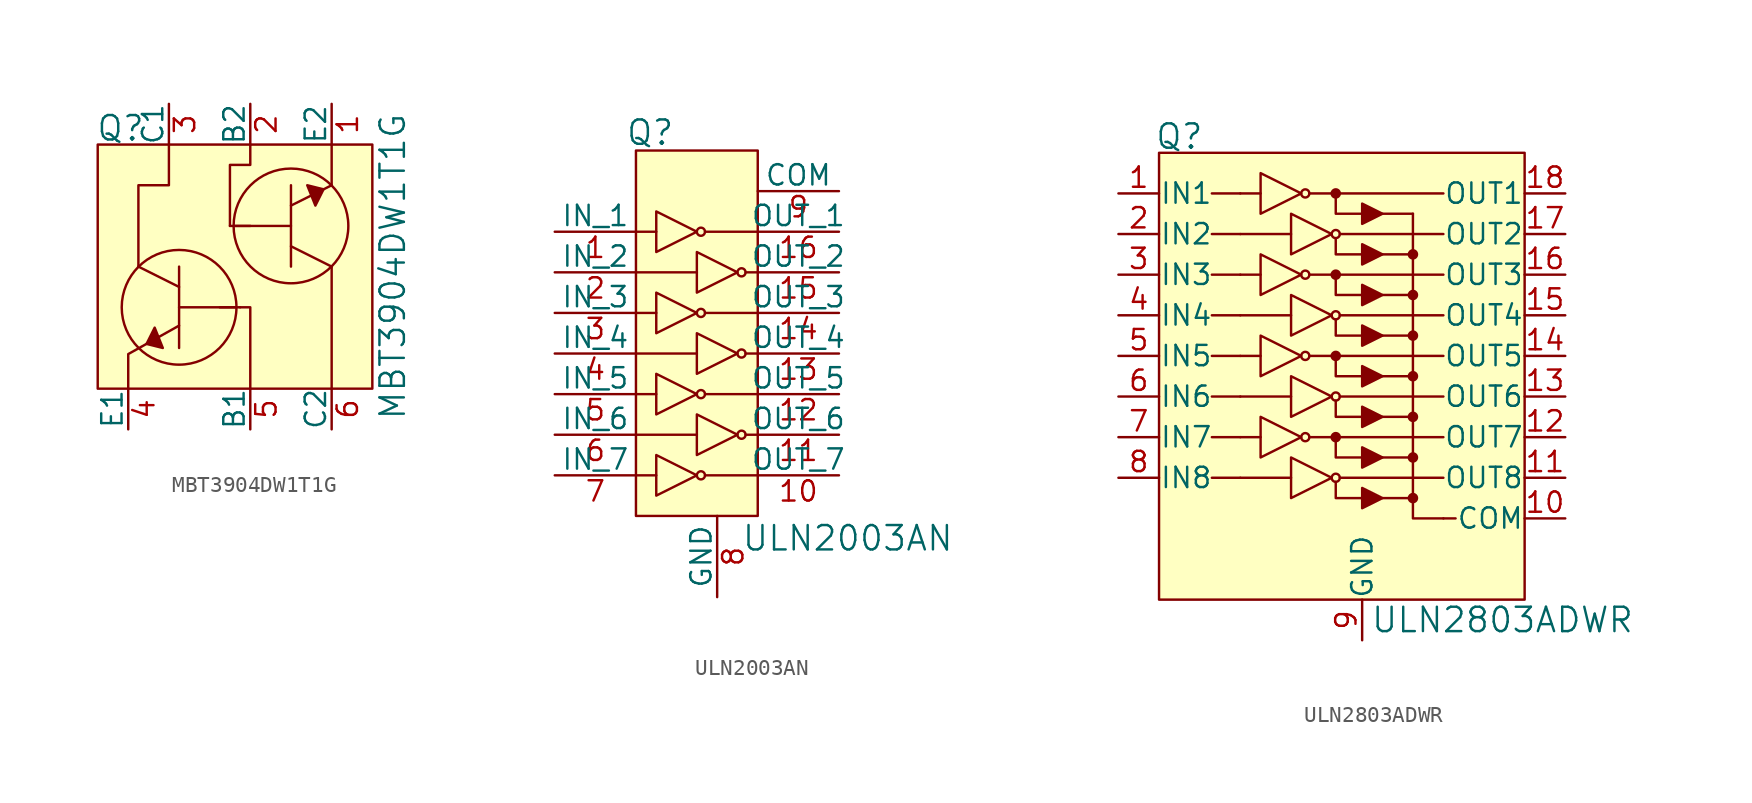
<source format=kicad_sym>
(kicad_symbol_lib
  (version 20220914)
  (generator kicad_symbol_editor)
  (symbol "MBT3904DW1T1G"
    (pin_names
      (offset 0))
    (property "Reference" "Q"
      (at -9.652 8.636 0)
      (effects (font (size 1.524 1.524)) (justify left)))
    (property "Value" "MBT3904DW1T1G"
      (at 8.89 0 90)
      (effects (font (size 1.524 1.524))))
    (symbol "MBT3904DW1T1G_0_1"
      (rectangle (start -9.525 7.62) (end 7.62 -7.62) (stroke (width 0) (type solid)) (fill (type background)))
      (circle (center -4.445 -2.54) (radius 3.581) (stroke (width 0) (type solid)) (fill (type none)))
      (polyline (pts (xy -4.445 -1.27) (xy -6.985 0)) (stroke (width 0) (type solid)) (fill (type none)))
      (polyline (pts (xy -4.445 0) (xy -4.445 -5.08)) (stroke (width 0) (type solid)) (fill (type none)))
      (polyline (pts (xy -1.27 2.54) (xy 0 2.54)) (stroke (width 0) (type solid)) (fill (type none)))
      (polyline (pts (xy -1.016 2.54) (xy 2.54 2.54)) (stroke (width 0) (type solid)) (fill (type none)))
      (polyline (pts (xy -0.889 -2.54) (xy -4.445 -2.54)) (stroke (width 0) (type solid)) (fill (type none)))
      (polyline (pts (xy -0.635 -2.54) (xy -1.905 -2.54)) (stroke (width 0) (type solid)) (fill (type none)))
      (polyline (pts (xy 2.54 0) (xy 2.54 5.08)) (stroke (width 0) (type solid)) (fill (type none)))
      (polyline (pts (xy 2.54 1.27) (xy 5.08 0)) (stroke (width 0) (type solid)) (fill (type none)))
      (polyline (pts (xy 2.54 3.81) (xy 5.08 5.08)) (stroke (width 0) (type solid)) (fill (type none)))
      (polyline (pts (xy 5.08 5.08) (xy 5.08 7.62)) (stroke (width 0) (type solid)) (fill (type none)))
      (polyline (pts (xy -4.445 -3.683) (xy -7.62 -5.461) (xy -7.62 -7.62)) (stroke (width 0) (type solid)) (fill (type none)))
      (polyline (pts (xy -0.635 -2.54) (xy 0 -2.54) (xy 0 -7.62)) (stroke (width 0) (type solid)) (fill (type none)))
      (polyline (pts (xy 5.08 0) (xy 5.08 -6.985) (xy 5.08 -7.62)) (stroke (width 0) (type solid)) (fill (type none)))
      (polyline (pts (xy -6.985 0) (xy -6.985 5.08) (xy -5.08 5.08) (xy -5.08 7.62)) (stroke (width 0) (type solid)) (fill (type none)))
      (polyline (pts (xy -5.969 -3.81) (xy -6.477 -4.826) (xy -5.461 -5.08) (xy -5.969 -3.81)) (stroke (width 0) (type solid)) (fill (type outline)))
      (polyline (pts (xy -1.27 2.54) (xy -1.27 6.35) (xy 0 6.35) (xy 0 7.62)) (stroke (width 0) (type solid)) (fill (type none)))
      (polyline (pts (xy 4.064 3.81) (xy 4.572 4.826) (xy 3.556 5.08) (xy 4.064 3.81)) (stroke (width 0) (type solid)) (fill (type outline)))
      (circle (center 2.54 2.54) (radius 3.581) (stroke (width 0) (type solid)) (fill (type none))))
    (symbol "MBT3904DW1T1G_1_1"
      (pin passive line (at 5.08 10.16 270) (length 2.54) (name "E2" (effects (font (size 1.27 1.27)))) (number "1" (effects (font (size 1.27 1.27)))))
      (pin input line (at 0 10.16 270) (length 2.54) (name "B2" (effects (font (size 1.27 1.27)))) (number "2" (effects (font (size 1.27 1.27)))))
      (pin passive line (at -5.08 10.16 270) (length 2.54) (name "C1" (effects (font (size 1.27 1.27)))) (number "3" (effects (font (size 1.27 1.27)))))
      (pin passive line (at -7.62 -10.16 90) (length 2.54) (name "E1" (effects (font (size 1.27 1.27)))) (number "4" (effects (font (size 1.27 1.27)))))
      (pin input line (at 0 -10.16 90) (length 2.54) (name "B1" (effects (font (size 1.27 1.27)))) (number "5" (effects (font (size 1.27 1.27)))))
      (pin passive line (at 5.08 -10.16 90) (length 2.54) (name "C2" (effects (font (size 1.27 1.27)))) (number "6" (effects (font (size 1.27 1.27)))))))
  (symbol "ULN2003AN"
    (pin_names
      (offset 0))
    (property "Reference" "Q"
      (at -4.191 13.818 0)
      (effects (font (size 1.524 1.524))))
    (property "Value" "ULN2003AN"
      (at 1.499 -11.557 0)
      (effects (font (size 1.524 1.524)) (justify left)))
    (symbol "ULN2003AN_0_1"
      (rectangle (start -5.08 12.7) (end 2.54 -10.16) (stroke (width 0) (type solid)) (fill (type background)))
      (circle (center -1.016 -7.62) (radius 0.254) (stroke (width 0) (type solid)) (fill (type none)))
      (circle (center -1.016 -2.54) (radius 0.254) (stroke (width 0) (type solid)) (fill (type none)))
      (circle (center -1.016 2.54) (radius 0.254) (stroke (width 0) (type solid)) (fill (type none)))
      (circle (center -1.016 7.62) (radius 0.254) (stroke (width 0) (type solid)) (fill (type none)))
      (polyline (pts (xy -5.08 -5.08) (xy -1.27 -5.08)) (stroke (width 0) (type solid)) (fill (type none)))
      (polyline (pts (xy -5.08 7.62) (xy -3.81 7.62)) (stroke (width 0) (type solid)) (fill (type none)))
      (polyline (pts (xy -3.81 -7.62) (xy -5.08 -7.62)) (stroke (width 0) (type solid)) (fill (type none)))
      (polyline (pts (xy -3.81 -2.54) (xy -5.08 -2.54)) (stroke (width 0) (type solid)) (fill (type none)))
      (polyline (pts (xy -3.81 2.54) (xy -5.08 2.54)) (stroke (width 0) (type solid)) (fill (type none)))
      (polyline (pts (xy -1.27 0) (xy -5.08 0)) (stroke (width 0) (type solid)) (fill (type none)))
      (polyline (pts (xy -1.27 5.08) (xy -5.08 5.08)) (stroke (width 0) (type solid)) (fill (type none)))
      (polyline (pts (xy -0.762 -7.62) (xy 2.54 -7.62)) (stroke (width 0) (type solid)) (fill (type none)))
      (polyline (pts (xy -0.762 -2.54) (xy 2.54 -2.54)) (stroke (width 0) (type solid)) (fill (type none)))
      (polyline (pts (xy -0.762 2.54) (xy 2.54 2.54)) (stroke (width 0) (type solid)) (fill (type none)))
      (polyline (pts (xy -0.762 7.62) (xy 2.54 7.62)) (stroke (width 0) (type solid)) (fill (type none)))
      (polyline (pts (xy 1.778 -5.08) (xy 2.54 -5.08)) (stroke (width 0) (type solid)) (fill (type none)))
      (polyline (pts (xy 1.778 0) (xy 2.54 0)) (stroke (width 0) (type solid)) (fill (type none)))
      (polyline (pts (xy 1.778 5.08) (xy 2.54 5.08)) (stroke (width 0) (type solid)) (fill (type none)))
      (polyline (pts (xy -3.81 -6.35) (xy -3.81 -8.89) (xy -1.27 -7.62) (xy -3.81 -6.35)) (stroke (width 0) (type solid)) (fill (type none)))
      (polyline (pts (xy -3.81 -1.27) (xy -3.81 -3.81) (xy -1.27 -2.54) (xy -3.81 -1.27)) (stroke (width 0) (type solid)) (fill (type none)))
      (polyline (pts (xy -3.81 3.81) (xy -3.81 1.27) (xy -1.27 2.54) (xy -3.81 3.81)) (stroke (width 0) (type solid)) (fill (type none)))
      (polyline (pts (xy -3.81 8.89) (xy -3.81 6.35) (xy -1.27 7.62) (xy -3.81 8.89)) (stroke (width 0) (type solid)) (fill (type none)))
      (polyline (pts (xy -1.27 -3.81) (xy -1.27 -6.35) (xy 1.27 -5.08) (xy -1.27 -3.81)) (stroke (width 0) (type solid)) (fill (type none)))
      (polyline (pts (xy -1.27 1.27) (xy -1.27 -1.27) (xy 1.27 0) (xy -1.27 1.27)) (stroke (width 0) (type solid)) (fill (type none)))
      (polyline (pts (xy -1.27 6.35) (xy -1.27 3.81) (xy 1.27 5.08) (xy -1.27 6.35)) (stroke (width 0) (type solid)) (fill (type none)))
      (circle (center 1.524 -5.08) (radius 0.254) (stroke (width 0) (type solid)) (fill (type none)))
      (circle (center 1.524 0) (radius 0.254) (stroke (width 0) (type solid)) (fill (type none)))
      (circle (center 1.524 5.08) (radius 0.254) (stroke (width 0) (type solid)) (fill (type none))))
    (symbol "ULN2003AN_1_1"
      (pin input line (at -10.16 7.62 0) (length 5.08) (name "IN_1" (effects (font (size 1.27 1.27)))) (number "1" (effects (font (size 1.27 1.27)))))
      (pin output line (at 7.62 -7.62 180) (length 5.08) (name "OUT_7" (effects (font (size 1.27 1.27)))) (number "10" (effects (font (size 1.27 1.27)))))
      (pin output line (at 7.62 -5.08 180) (length 5.08) (name "OUT_6" (effects (font (size 1.27 1.27)))) (number "11" (effects (font (size 1.27 1.27)))))
      (pin output line (at 7.62 -2.54 180) (length 5.08) (name "OUT_5" (effects (font (size 1.27 1.27)))) (number "12" (effects (font (size 1.27 1.27)))))
      (pin output line (at 7.62 0 180) (length 5.08) (name "OUT_4" (effects (font (size 1.27 1.27)))) (number "13" (effects (font (size 1.27 1.27)))))
      (pin output line (at 7.62 2.54 180) (length 5.08) (name "OUT_3" (effects (font (size 1.27 1.27)))) (number "14" (effects (font (size 1.27 1.27)))))
      (pin output line (at 7.62 5.08 180) (length 5.08) (name "OUT_2" (effects (font (size 1.27 1.27)))) (number "15" (effects (font (size 1.27 1.27)))))
      (pin output line (at 7.62 7.62 180) (length 5.08) (name "OUT_1" (effects (font (size 1.27 1.27)))) (number "16" (effects (font (size 1.27 1.27)))))
      (pin input line (at -10.16 5.08 0) (length 5.08) (name "IN_2" (effects (font (size 1.27 1.27)))) (number "2" (effects (font (size 1.27 1.27)))))
      (pin input line (at -10.16 2.54 0) (length 5.08) (name "IN_3" (effects (font (size 1.27 1.27)))) (number "3" (effects (font (size 1.27 1.27)))))
      (pin input line (at -10.16 0 0) (length 5.08) (name "IN_4" (effects (font (size 1.27 1.27)))) (number "4" (effects (font (size 1.27 1.27)))))
      (pin input line (at -10.16 -2.54 0) (length 5.08) (name "IN_5" (effects (font (size 1.27 1.27)))) (number "5" (effects (font (size 1.27 1.27)))))
      (pin input line (at -10.16 -5.08 0) (length 5.08) (name "IN_6" (effects (font (size 1.27 1.27)))) (number "6" (effects (font (size 1.27 1.27)))))
      (pin input line (at -10.16 -7.62 0) (length 5.08) (name "IN_7" (effects (font (size 1.27 1.27)))) (number "7" (effects (font (size 1.27 1.27)))))
      (pin power_in line (at 0 -15.24 90) (length 5.08) (name "GND" (effects (font (size 1.27 1.27)))) (number "8" (effects (font (size 1.27 1.27)))))
      (pin output line (at 7.62 10.16 180) (length 5.08) (name "COM" (effects (font (size 1.27 1.27)))) (number "9" (effects (font (size 1.27 1.27)))))))
  (symbol "ULN2803ADWR"
    (pin_names
      (offset 0.025))
    (property "Reference" "Q"
      (at -19.05 23.876 0)
      (effects (font (size 1.524 1.524))))
    (property "Value" "ULN2803ADWR"
      (at -7.112 -6.35 0)
      (effects (font (size 1.524 1.524)) (justify left)))
    (symbol "ULN2803ADWR_0_1"
      (rectangle (start -20.32 22.86) (end 2.54 -5.08) (stroke (width 0) (type solid)) (fill (type background)))
      (circle (center -11.176 5.08) (radius 0.254) (stroke (width 0) (type solid)) (fill (type none)))
      (circle (center -11.176 10.16) (radius 0.254) (stroke (width 0) (type solid)) (fill (type none)))
      (circle (center -11.176 15.24) (radius 0.254) (stroke (width 0) (type solid)) (fill (type none)))
      (circle (center -11.176 20.32) (radius 0.254) (stroke (width 0) (type solid)) (fill (type none)))
      (circle (center -9.271 2.54) (radius 0.254) (stroke (width 0) (type solid)) (fill (type none)))
      (circle (center -9.271 5.08) (radius 0.254) (stroke (width 0) (type solid)) (fill (type outline)))
      (circle (center -9.271 7.62) (radius 0.254) (stroke (width 0) (type solid)) (fill (type none)))
      (circle (center -9.271 10.16) (radius 0.254) (stroke (width 0) (type solid)) (fill (type outline)))
      (circle (center -9.271 12.7) (radius 0.254) (stroke (width 0) (type solid)) (fill (type none)))
      (circle (center -9.271 15.24) (radius 0.254) (stroke (width 0) (type solid)) (fill (type outline)))
      (circle (center -9.271 17.78) (radius 0.254) (stroke (width 0) (type solid)) (fill (type none)))
      (circle (center -9.271 20.32) (radius 0.254) (stroke (width 0) (type solid)) (fill (type outline)))
      (circle (center -4.445 1.27) (radius 0.254) (stroke (width 0) (type solid)) (fill (type outline)))
      (circle (center -4.445 3.81) (radius 0.254) (stroke (width 0) (type solid)) (fill (type outline)))
      (circle (center -4.445 6.35) (radius 0.254) (stroke (width 0) (type solid)) (fill (type outline)))
      (circle (center -4.445 8.89) (radius 0.254) (stroke (width 0) (type solid)) (fill (type outline)))
      (circle (center -4.445 11.43) (radius 0.254) (stroke (width 0) (type solid)) (fill (type outline)))
      (circle (center -4.445 13.97) (radius 0.254) (stroke (width 0) (type solid)) (fill (type outline)))
      (circle (center -4.445 16.51) (radius 0.254) (stroke (width 0) (type solid)) (fill (type outline)))
      (polyline (pts (xy -15.24 2.54) (xy -17.018 2.54)) (stroke (width 0) (type solid)) (fill (type none)))
      (polyline (pts (xy -15.24 5.08) (xy -17.018 5.08)) (stroke (width 0) (type solid)) (fill (type none)))
      (polyline (pts (xy -15.24 5.08) (xy -13.97 5.08)) (stroke (width 0) (type solid)) (fill (type none)))
      (polyline (pts (xy -15.24 7.62) (xy -17.018 7.62)) (stroke (width 0) (type solid)) (fill (type none)))
      (polyline (pts (xy -15.24 10.16) (xy -17.018 10.16)) (stroke (width 0) (type solid)) (fill (type none)))
      (polyline (pts (xy -15.24 10.16) (xy -13.97 10.16)) (stroke (width 0) (type solid)) (fill (type none)))
      (polyline (pts (xy -15.24 12.7) (xy -17.018 12.7)) (stroke (width 0) (type solid)) (fill (type none)))
      (polyline (pts (xy -15.24 15.24) (xy -17.018 15.24)) (stroke (width 0) (type solid)) (fill (type none)))
      (polyline (pts (xy -15.24 15.24) (xy -13.97 15.24)) (stroke (width 0) (type solid)) (fill (type none)))
      (polyline (pts (xy -15.24 17.78) (xy -17.018 17.78)) (stroke (width 0) (type solid)) (fill (type none)))
      (polyline (pts (xy -15.24 20.32) (xy -17.018 20.32)) (stroke (width 0) (type solid)) (fill (type none)))
      (polyline (pts (xy -15.24 20.32) (xy -13.97 20.32)) (stroke (width 0) (type solid)) (fill (type none)))
      (polyline (pts (xy -12.065 2.54) (xy -15.24 2.54)) (stroke (width 0) (type solid)) (fill (type none)))
      (polyline (pts (xy -12.065 7.62) (xy -15.24 7.62)) (stroke (width 0) (type solid)) (fill (type none)))
      (polyline (pts (xy -12.065 12.7) (xy -15.24 12.7)) (stroke (width 0) (type solid)) (fill (type none)))
      (polyline (pts (xy -12.065 17.78) (xy -15.24 17.78)) (stroke (width 0) (type solid)) (fill (type none)))
      (polyline (pts (xy -10.922 5.08) (xy -9.398 5.08)) (stroke (width 0) (type solid)) (fill (type none)))
      (polyline (pts (xy -10.922 10.16) (xy -9.398 10.16)) (stroke (width 0) (type solid)) (fill (type none)))
      (polyline (pts (xy -10.922 15.24) (xy -9.398 15.24)) (stroke (width 0) (type solid)) (fill (type none)))
      (polyline (pts (xy -10.922 20.32) (xy -9.398 20.32)) (stroke (width 0) (type solid)) (fill (type none)))
      (polyline (pts (xy -9.017 5.08) (xy -2.54 5.08)) (stroke (width 0) (type solid)) (fill (type none)))
      (polyline (pts (xy -9.017 10.16) (xy -2.54 10.16)) (stroke (width 0) (type solid)) (fill (type none)))
      (polyline (pts (xy -9.017 15.24) (xy -2.54 15.24)) (stroke (width 0) (type solid)) (fill (type none)))
      (polyline (pts (xy -9.017 20.32) (xy -2.54 20.32)) (stroke (width 0) (type solid)) (fill (type none)))
      (polyline (pts (xy -6.35 1.27) (xy -4.445 1.27)) (stroke (width 0) (type solid)) (fill (type none)))
      (polyline (pts (xy -6.35 3.81) (xy -4.445 3.81)) (stroke (width 0) (type solid)) (fill (type none)))
      (polyline (pts (xy -6.35 6.35) (xy -4.445 6.35)) (stroke (width 0) (type solid)) (fill (type none)))
      (polyline (pts (xy -6.35 8.89) (xy -4.445 8.89)) (stroke (width 0) (type solid)) (fill (type none)))
      (polyline (pts (xy -6.35 11.43) (xy -4.445 11.43)) (stroke (width 0) (type solid)) (fill (type none)))
      (polyline (pts (xy -6.35 13.97) (xy -4.445 13.97)) (stroke (width 0) (type solid)) (fill (type none)))
      (polyline (pts (xy -6.35 16.51) (xy -4.445 16.51)) (stroke (width 0) (type solid)) (fill (type none)))
      (polyline (pts (xy -6.35 19.05) (xy -4.445 19.05)) (stroke (width 0) (type solid)) (fill (type none)))
      (polyline (pts (xy -2.54 0) (xy -1.778 0)) (stroke (width 0) (type solid)) (fill (type none)))
      (polyline (pts (xy -2.54 2.54) (xy -9.017 2.54)) (stroke (width 0) (type solid)) (fill (type none)))
      (polyline (pts (xy -2.54 7.62) (xy -9.017 7.62)) (stroke (width 0) (type solid)) (fill (type none)))
      (polyline (pts (xy -2.54 12.7) (xy -9.017 12.7)) (stroke (width 0) (type solid)) (fill (type none)))
      (polyline (pts (xy -2.54 17.78) (xy -9.017 17.78)) (stroke (width 0) (type solid)) (fill (type none)))
      (polyline (pts (xy -7.62 1.27) (xy -9.271 1.27) (xy -9.271 2.286)) (stroke (width 0) (type solid)) (fill (type none)))
      (polyline (pts (xy -7.62 3.81) (xy -9.271 3.81) (xy -9.271 4.953)) (stroke (width 0) (type solid)) (fill (type none)))
      (polyline (pts (xy -7.62 6.35) (xy -9.271 6.35) (xy -9.271 7.366)) (stroke (width 0) (type solid)) (fill (type none)))
      (polyline (pts (xy -7.62 8.89) (xy -9.271 8.89) (xy -9.271 10.033)) (stroke (width 0) (type solid)) (fill (type none)))
      (polyline (pts (xy -7.62 11.43) (xy -9.271 11.43) (xy -9.271 12.446)) (stroke (width 0) (type solid)) (fill (type none)))
      (polyline (pts (xy -7.62 13.97) (xy -9.271 13.97) (xy -9.271 15.113)) (stroke (width 0) (type solid)) (fill (type none)))
      (polyline (pts (xy -7.62 16.51) (xy -9.271 16.51) (xy -9.271 17.526)) (stroke (width 0) (type solid)) (fill (type none)))
      (polyline (pts (xy -7.62 19.05) (xy -9.271 19.05) (xy -9.271 20.193)) (stroke (width 0) (type solid)) (fill (type none)))
      (polyline (pts (xy -4.445 19.05) (xy -4.445 0) (xy -2.54 0)) (stroke (width 0) (type solid)) (fill (type none)))
      (polyline (pts (xy -13.97 6.35) (xy -13.97 3.81) (xy -11.43 5.08) (xy -13.97 6.35)) (stroke (width 0) (type solid)) (fill (type none)))
      (polyline (pts (xy -13.97 11.43) (xy -13.97 8.89) (xy -11.43 10.16) (xy -13.97 11.43)) (stroke (width 0) (type solid)) (fill (type none)))
      (polyline (pts (xy -13.97 16.51) (xy -13.97 13.97) (xy -11.43 15.24) (xy -13.97 16.51)) (stroke (width 0) (type solid)) (fill (type none)))
      (polyline (pts (xy -13.97 21.59) (xy -13.97 19.05) (xy -11.43 20.32) (xy -13.97 21.59)) (stroke (width 0) (type solid)) (fill (type none)))
      (polyline (pts (xy -12.065 3.81) (xy -12.065 1.27) (xy -9.525 2.54) (xy -12.065 3.81)) (stroke (width 0) (type solid)) (fill (type none)))
      (polyline (pts (xy -12.065 8.89) (xy -12.065 6.35) (xy -9.525 7.62) (xy -12.065 8.89)) (stroke (width 0) (type solid)) (fill (type none)))
      (polyline (pts (xy -12.065 13.97) (xy -12.065 11.43) (xy -9.525 12.7) (xy -12.065 13.97)) (stroke (width 0) (type solid)) (fill (type none)))
      (polyline (pts (xy -12.065 19.05) (xy -12.065 16.51) (xy -9.525 17.78) (xy -12.065 19.05)) (stroke (width 0) (type solid)) (fill (type none)))
      (polyline (pts (xy -7.62 1.905) (xy -7.62 0.635) (xy -6.35 1.27) (xy -7.62 1.905)) (stroke (width 0) (type solid)) (fill (type outline)))
      (polyline (pts (xy -7.62 4.445) (xy -7.62 3.175) (xy -6.35 3.81) (xy -7.62 4.445)) (stroke (width 0) (type solid)) (fill (type outline)))
      (polyline (pts (xy -7.62 6.985) (xy -7.62 5.715) (xy -6.35 6.35) (xy -7.62 6.985)) (stroke (width 0) (type solid)) (fill (type outline)))
      (polyline (pts (xy -7.62 9.525) (xy -7.62 8.255) (xy -6.35 8.89) (xy -7.62 9.525)) (stroke (width 0) (type solid)) (fill (type outline)))
      (polyline (pts (xy -7.62 12.065) (xy -7.62 10.795) (xy -6.35 11.43) (xy -7.62 12.065)) (stroke (width 0) (type solid)) (fill (type outline)))
      (polyline (pts (xy -7.62 14.605) (xy -7.62 13.335) (xy -6.35 13.97) (xy -7.62 14.605)) (stroke (width 0) (type solid)) (fill (type outline)))
      (polyline (pts (xy -7.62 17.145) (xy -7.62 15.875) (xy -6.35 16.51) (xy -7.62 17.145)) (stroke (width 0) (type solid)) (fill (type outline)))
      (polyline (pts (xy -7.62 19.685) (xy -7.62 18.415) (xy -6.35 19.05) (xy -7.62 19.685)) (stroke (width 0) (type solid)) (fill (type outline))))
    (symbol "ULN2803ADWR_1_1"
      (pin input line (at -22.86 20.32 0) (length 2.54) (name "IN1" (effects (font (size 1.27 1.27)))) (number "1" (effects (font (size 1.27 1.27)))))
      (pin output line (at 5.08 0 180) (length 2.54) (name "COM" (effects (font (size 1.27 1.27)))) (number "10" (effects (font (size 1.27 1.27)))))
      (pin output line (at 5.08 2.54 180) (length 2.54) (name "OUT8" (effects (font (size 1.27 1.27)))) (number "11" (effects (font (size 1.27 1.27)))))
      (pin output line (at 5.08 5.08 180) (length 2.54) (name "OUT7" (effects (font (size 1.27 1.27)))) (number "12" (effects (font (size 1.27 1.27)))))
      (pin output line (at 5.08 7.62 180) (length 2.54) (name "OUT6" (effects (font (size 1.27 1.27)))) (number "13" (effects (font (size 1.27 1.27)))))
      (pin output line (at 5.08 10.16 180) (length 2.54) (name "OUT5" (effects (font (size 1.27 1.27)))) (number "14" (effects (font (size 1.27 1.27)))))
      (pin output line (at 5.08 12.7 180) (length 2.54) (name "OUT4" (effects (font (size 1.27 1.27)))) (number "15" (effects (font (size 1.27 1.27)))))
      (pin output line (at 5.08 15.24 180) (length 2.54) (name "OUT3" (effects (font (size 1.27 1.27)))) (number "16" (effects (font (size 1.27 1.27)))))
      (pin output line (at 5.08 17.78 180) (length 2.54) (name "OUT2" (effects (font (size 1.27 1.27)))) (number "17" (effects (font (size 1.27 1.27)))))
      (pin output line (at 5.08 20.32 180) (length 2.54) (name "OUT1" (effects (font (size 1.27 1.27)))) (number "18" (effects (font (size 1.27 1.27)))))
      (pin input line (at -22.86 17.78 0) (length 2.54) (name "IN2" (effects (font (size 1.27 1.27)))) (number "2" (effects (font (size 1.27 1.27)))))
      (pin input line (at -22.86 15.24 0) (length 2.54) (name "IN3" (effects (font (size 1.27 1.27)))) (number "3" (effects (font (size 1.27 1.27)))))
      (pin input line (at -22.86 12.7 0) (length 2.54) (name "IN4" (effects (font (size 1.27 1.27)))) (number "4" (effects (font (size 1.27 1.27)))))
      (pin input line (at -22.86 10.16 0) (length 2.54) (name "IN5" (effects (font (size 1.27 1.27)))) (number "5" (effects (font (size 1.27 1.27)))))
      (pin input line (at -22.86 7.62 0) (length 2.54) (name "IN6" (effects (font (size 1.27 1.27)))) (number "6" (effects (font (size 1.27 1.27)))))
      (pin input line (at -22.86 5.08 0) (length 2.54) (name "IN7" (effects (font (size 1.27 1.27)))) (number "7" (effects (font (size 1.27 1.27)))))
      (pin input line (at -22.86 2.54 0) (length 2.54) (name "IN8" (effects (font (size 1.27 1.27)))) (number "8" (effects (font (size 1.27 1.27)))))
      (pin power_in line (at -7.62 -7.62 90) (length 2.54) (name "GND" (effects (font (size 1.27 1.27)))) (number "9" (effects (font (size 1.27 1.27))))))))
</source>
